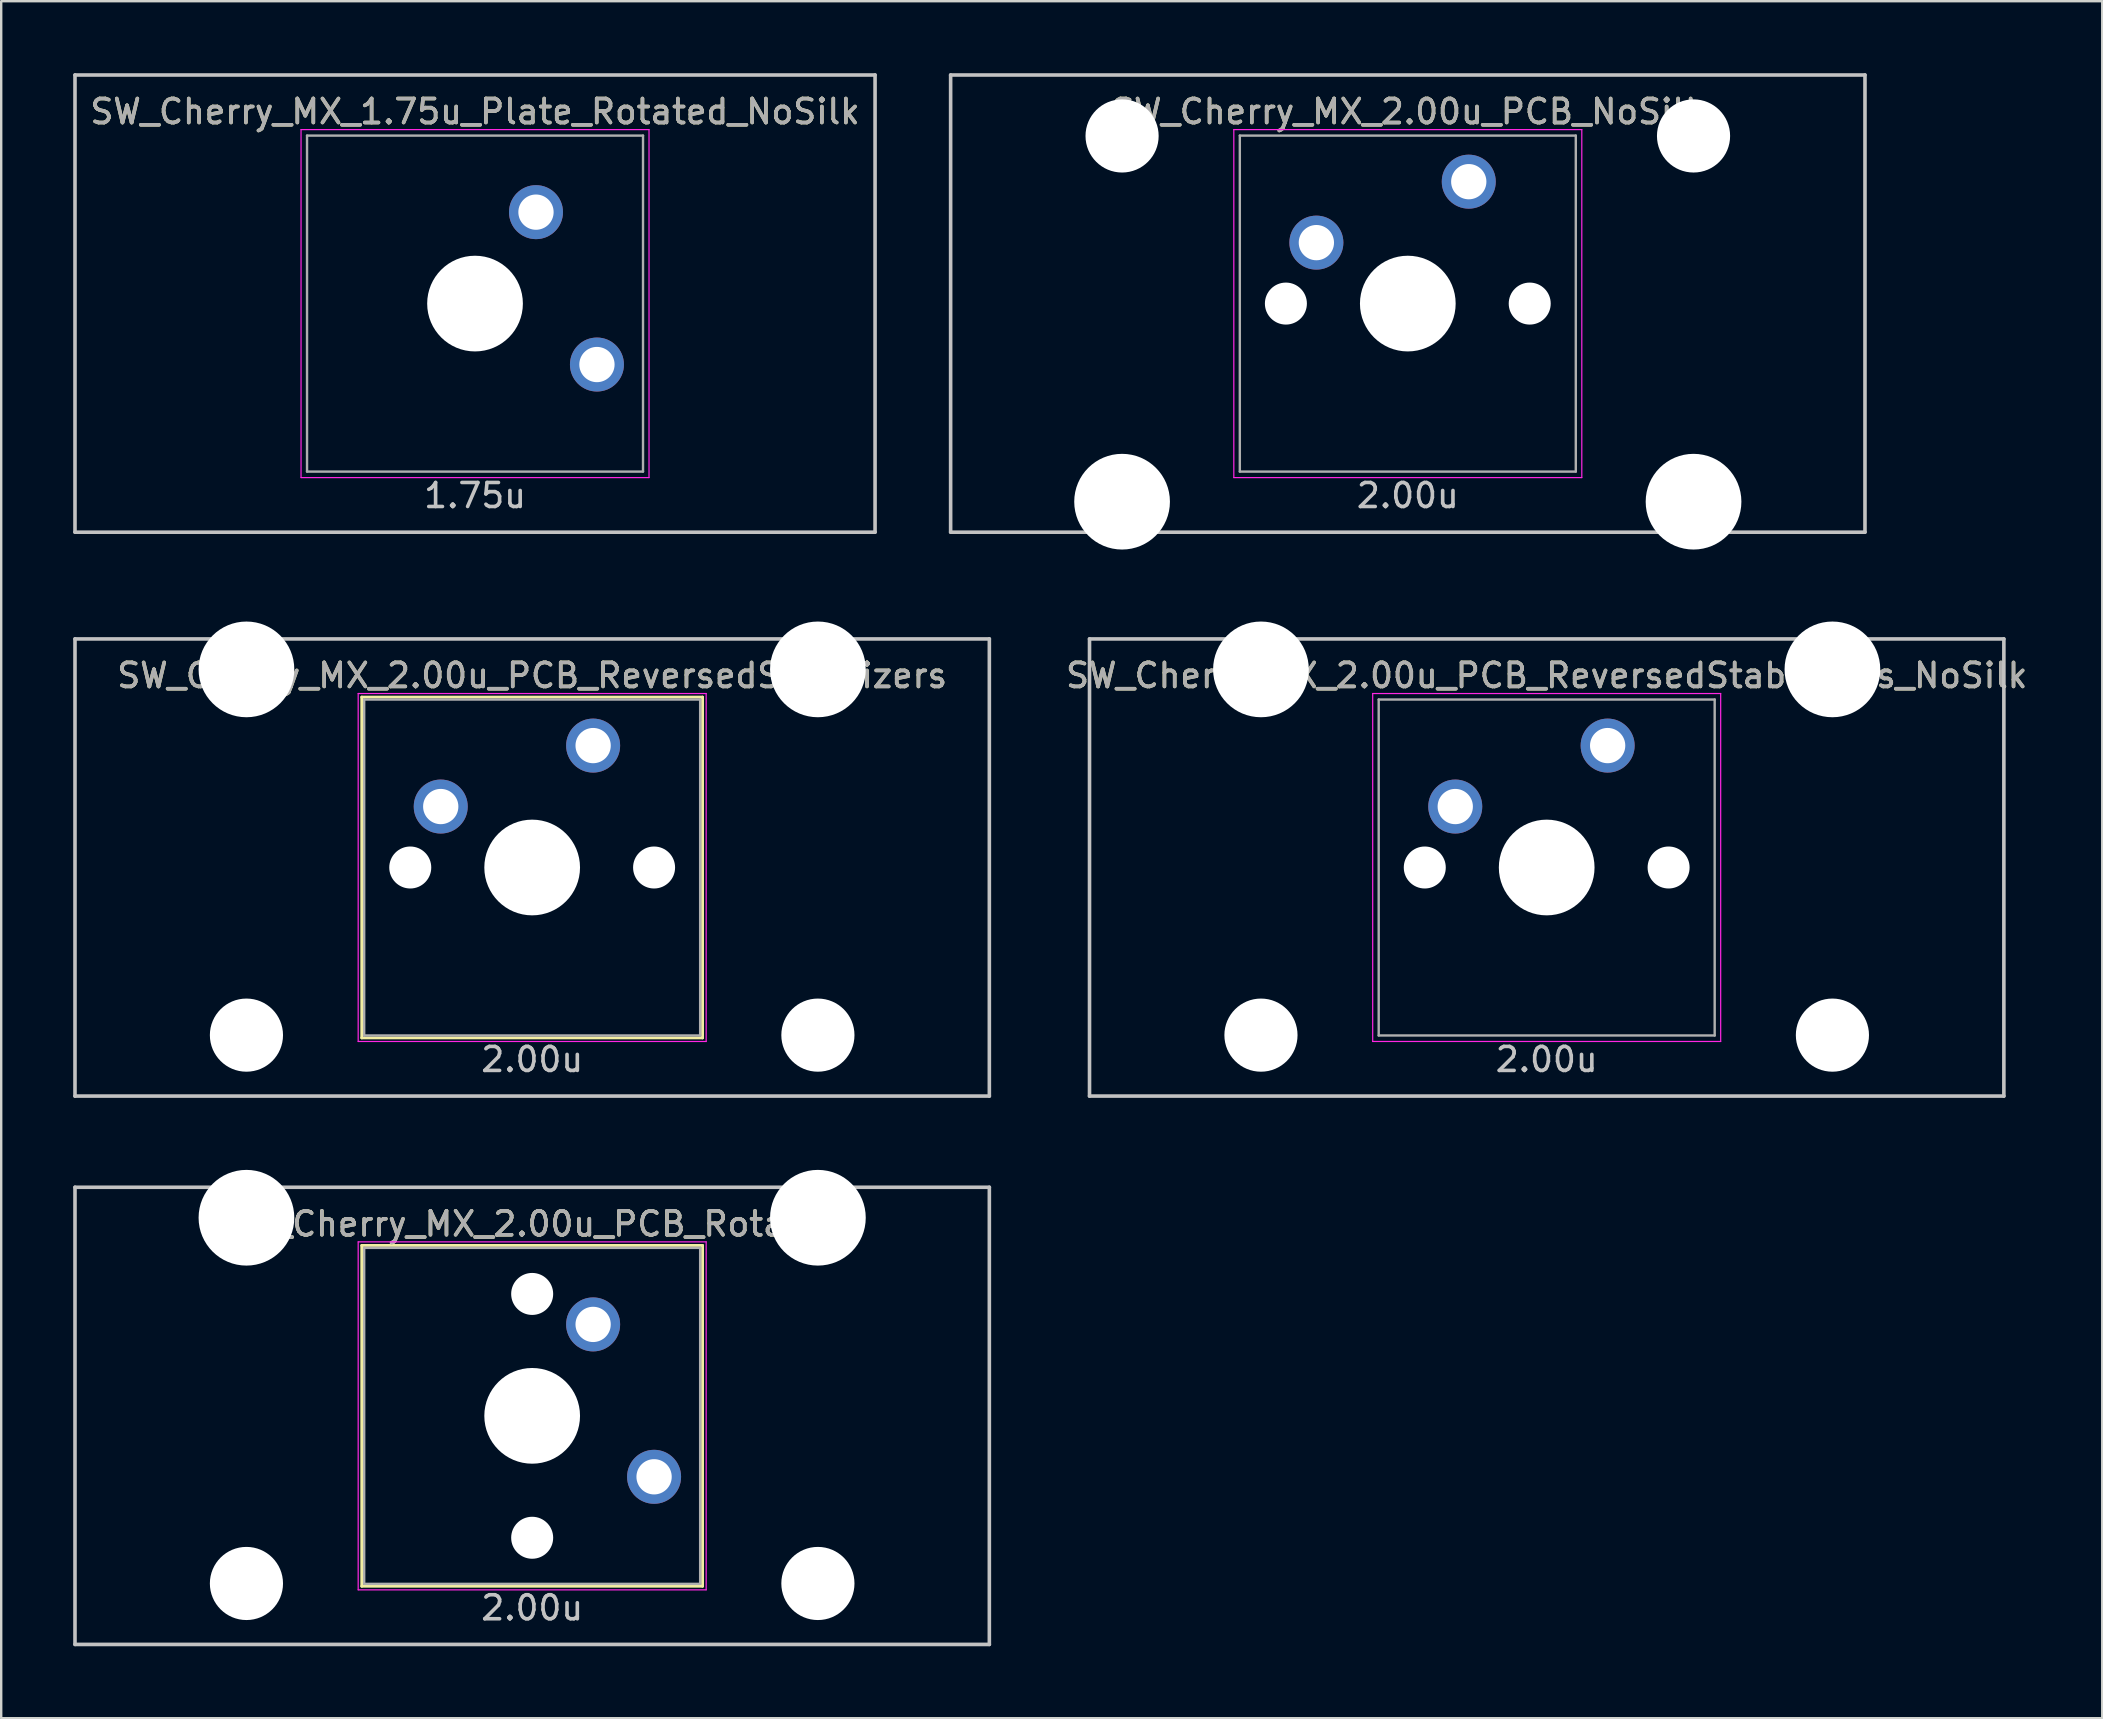
<source format=kicad_pcb>
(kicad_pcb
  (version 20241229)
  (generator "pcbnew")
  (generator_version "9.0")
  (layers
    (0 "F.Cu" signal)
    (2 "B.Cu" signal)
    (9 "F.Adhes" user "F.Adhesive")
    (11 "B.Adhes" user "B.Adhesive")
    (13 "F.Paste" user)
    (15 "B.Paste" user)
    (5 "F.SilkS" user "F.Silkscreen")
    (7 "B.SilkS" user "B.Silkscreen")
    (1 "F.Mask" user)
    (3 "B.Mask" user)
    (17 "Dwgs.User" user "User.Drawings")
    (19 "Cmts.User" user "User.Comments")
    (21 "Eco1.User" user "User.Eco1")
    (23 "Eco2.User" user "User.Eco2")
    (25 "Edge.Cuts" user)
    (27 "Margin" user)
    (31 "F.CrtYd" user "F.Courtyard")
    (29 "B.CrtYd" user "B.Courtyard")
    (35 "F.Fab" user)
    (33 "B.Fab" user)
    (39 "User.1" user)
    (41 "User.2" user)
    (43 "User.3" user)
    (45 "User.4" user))
  (footprint "SW_Cherry_MX_2.00u_PCB_NoSilk"
    (layer "F.Cu")
    (at 55.612 9.6)
    (property "Reference" "SW_Cherry_MX_2.00u_PCB_NoSilk" (at 0 -8 0) (layer "F.SilkS") (effects (font (size 1 1) (thickness 0.15))))
    (attr through_hole)
    (fp_line (start -19.05 -9.525) (end 19.05 -9.525) (stroke (width 0.15) (type solid)) (layer "Dwgs.User"))
    (fp_line (start -19.05 9.525) (end -19.05 -9.525) (stroke (width 0.15) (type solid)) (layer "Dwgs.User"))
    (fp_line (start -19.05 9.525) (end 19.05 9.525) (stroke (width 0.15) (type solid)) (layer "Dwgs.User"))
    (fp_line (start 19.05 -9.525) (end 19.05 9.525) (stroke (width 0.15) (type solid)) (layer "Dwgs.User"))
    (fp_line (start -7.25 -7.25) (end 7.25 -7.25) (stroke (width 0.05) (type solid)) (layer "F.CrtYd"))
    (fp_line (start -7.25 7.25) (end -7.25 -7.25) (stroke (width 0.05) (type solid)) (layer "F.CrtYd"))
    (fp_line (start 7.25 -7.25) (end 7.25 7.25) (stroke (width 0.05) (type solid)) (layer "F.CrtYd"))
    (fp_line (start 7.25 7.25) (end -7.25 7.25) (stroke (width 0.05) (type solid)) (layer "F.CrtYd"))
    (fp_line (start -7 -7) (end 7 -7) (stroke (width 0.1) (type solid)) (layer "F.Fab"))
    (fp_line (start -7 7) (end -7 -7) (stroke (width 0.1) (type solid)) (layer "F.Fab"))
    (fp_line (start 7 -7) (end 7 7) (stroke (width 0.1) (type solid)) (layer "F.Fab"))
    (fp_line (start 7 7) (end -7 7) (stroke (width 0.1) (type solid)) (layer "F.Fab"))
    (fp_text user "2.00u" (at 0 8 0) (layer "Dwgs.User") (effects (font (size 1 1) (thickness 0.15))))
    (fp_text user "${REFERENCE}" (at 0 -8 0) (layer "F.Fab") (effects (font (size 1 1) (thickness 0.15))))
    (pad "" np_thru_hole circle (at -11.906 -6.985) (size 3.048 3.048) (drill 3.048) (layers "*.Cu" "*.Mask"))
    (pad "" np_thru_hole circle (at -11.906 8.255) (size 3.988 3.988) (drill 3.988) (layers "*.Cu" "*.Mask"))
    (pad "" np_thru_hole circle (at -5.08 0 48.1) (size 1.75 1.75) (drill 1.75) (layers "*.Cu" "*.Mask"))
    (pad "" np_thru_hole circle (at 0 0) (size 3.988 3.988) (drill 3.988) (layers "*.Cu" "*.Mask"))
    (pad "" np_thru_hole circle (at 5.08 0 48.1) (size 1.75 1.75) (drill 1.75) (layers "*.Cu" "*.Mask"))
    (pad "" np_thru_hole circle (at 11.906 -6.985) (size 3.048 3.048) (drill 3.048) (layers "*.Cu" "*.Mask"))
    (pad "" np_thru_hole circle (at 11.906 8.255) (size 3.988 3.988) (drill 3.988) (layers "*.Cu" "*.Mask"))
    (pad "1" thru_hole circle (at -3.81 -2.54) (size 2.25 2.25) (drill 1.47) (layers "*.Cu" "B.Mask"))
    (pad "2" thru_hole circle (at 2.54 -5.08) (size 2.25 2.25) (drill 1.47) (layers "*.Cu" "B.Mask")))
  (footprint "SW_Cherry_MX_2.00u_PCB_ReversedStabilizers_NoSilk"
    (layer "F.Cu")
    (at 61.399 33.098)
    (property "Reference" "SW_Cherry_MX_2.00u_PCB_ReversedStabilizers_NoSilk" (at 0 -8 0) (layer "F.SilkS") (effects (font (size 1 1) (thickness 0.15))))
    (attr through_hole)
    (fp_line (start -19.05 -9.525) (end 19.05 -9.525) (stroke (width 0.15) (type solid)) (layer "Dwgs.User"))
    (fp_line (start -19.05 9.525) (end -19.05 -9.525) (stroke (width 0.15) (type solid)) (layer "Dwgs.User"))
    (fp_line (start -19.05 9.525) (end 19.05 9.525) (stroke (width 0.15) (type solid)) (layer "Dwgs.User"))
    (fp_line (start 19.05 -9.525) (end 19.05 9.525) (stroke (width 0.15) (type solid)) (layer "Dwgs.User"))
    (fp_line (start -7.25 -7.25) (end 7.25 -7.25) (stroke (width 0.05) (type solid)) (layer "F.CrtYd"))
    (fp_line (start -7.25 7.25) (end -7.25 -7.25) (stroke (width 0.05) (type solid)) (layer "F.CrtYd"))
    (fp_line (start 7.25 -7.25) (end 7.25 7.25) (stroke (width 0.05) (type solid)) (layer "F.CrtYd"))
    (fp_line (start 7.25 7.25) (end -7.25 7.25) (stroke (width 0.05) (type solid)) (layer "F.CrtYd"))
    (fp_line (start -7 -7) (end 7 -7) (stroke (width 0.1) (type solid)) (layer "F.Fab"))
    (fp_line (start -7 7) (end -7 -7) (stroke (width 0.1) (type solid)) (layer "F.Fab"))
    (fp_line (start 7 -7) (end 7 7) (stroke (width 0.1) (type solid)) (layer "F.Fab"))
    (fp_line (start 7 7) (end -7 7) (stroke (width 0.1) (type solid)) (layer "F.Fab"))
    (fp_text user "2.00u" (at 0 8 0) (layer "Dwgs.User") (effects (font (size 1 1) (thickness 0.15))))
    (fp_text user "${REFERENCE}" (at 0 -8 0) (layer "F.Fab") (effects (font (size 1 1) (thickness 0.15))))
    (pad "" np_thru_hole circle (at -11.906 -8.255) (size 3.988 3.988) (drill 3.988) (layers "*.Cu" "*.Mask"))
    (pad "" np_thru_hole circle (at -11.906 6.985) (size 3.048 3.048) (drill 3.048) (layers "*.Cu" "*.Mask"))
    (pad "" np_thru_hole circle (at -5.08 0 48.1) (size 1.75 1.75) (drill 1.75) (layers "*.Cu" "*.Mask"))
    (pad "" np_thru_hole circle (at 0 0) (size 3.988 3.988) (drill 3.988) (layers "*.Cu" "*.Mask"))
    (pad "" np_thru_hole circle (at 5.08 0 48.1) (size 1.75 1.75) (drill 1.75) (layers "*.Cu" "*.Mask"))
    (pad "" np_thru_hole circle (at 11.906 -8.255) (size 3.988 3.988) (drill 3.988) (layers "*.Cu" "*.Mask"))
    (pad "" np_thru_hole circle (at 11.906 6.985) (size 3.048 3.048) (drill 3.048) (layers "*.Cu" "*.Mask"))
    (pad "1" thru_hole circle (at -3.81 -2.54) (size 2.25 2.25) (drill 1.47) (layers "*.Cu" "B.Mask"))
    (pad "2" thru_hole circle (at 2.54 -5.08) (size 2.25 2.25) (drill 1.47) (layers "*.Cu" "B.Mask")))
  (footprint "SW_Cherry_MX_1.75u_Plate_Rotated_NoSilk"
    (layer "F.Cu")
    (at 16.744 9.6)
    (property "Reference" "SW_Cherry_MX_1.75u_Plate_Rotated_NoSilk" (at 0 -8 0) (layer "F.SilkS") (effects (font (size 1 1) (thickness 0.15))))
    (attr through_hole)
    (fp_line (start -16.669 9.525) (end -16.669 -9.525) (stroke (width 0.15) (type solid)) (layer "Dwgs.User"))
    (fp_line (start 16.669 -9.525) (end -16.669 -9.525) (stroke (width 0.15) (type solid)) (layer "Dwgs.User"))
    (fp_line (start 16.669 -9.525) (end 16.669 9.525) (stroke (width 0.15) (type solid)) (layer "Dwgs.User"))
    (fp_line (start 16.669 9.525) (end -16.669 9.525) (stroke (width 0.15) (type solid)) (layer "Dwgs.User"))
    (fp_line (start -7.25 -7.25) (end 7.25 -7.25) (stroke (width 0.05) (type solid)) (layer "F.CrtYd"))
    (fp_line (start -7.25 7.25) (end -7.25 -7.25) (stroke (width 0.05) (type solid)) (layer "F.CrtYd"))
    (fp_line (start 7.25 -7.25) (end 7.25 7.25) (stroke (width 0.05) (type solid)) (layer "F.CrtYd"))
    (fp_line (start 7.25 7.25) (end -7.25 7.25) (stroke (width 0.05) (type solid)) (layer "F.CrtYd"))
    (fp_line (start -7 -7) (end 7 -7) (stroke (width 0.1) (type solid)) (layer "F.Fab"))
    (fp_line (start -7 7) (end -7 -7) (stroke (width 0.1) (type solid)) (layer "F.Fab"))
    (fp_line (start 7 -7) (end 7 7) (stroke (width 0.1) (type solid)) (layer "F.Fab"))
    (fp_line (start 7 7) (end -7 7) (stroke (width 0.1) (type solid)) (layer "F.Fab"))
    (fp_text user "1.75u" (at 0 8 0) (layer "Dwgs.User") (effects (font (size 1 1) (thickness 0.15))))
    (fp_text user "${REFERENCE}" (at 0 -8 0) (layer "F.Fab") (effects (font (size 1 1) (thickness 0.15))))
    (pad "" np_thru_hole circle (at 0 0 270) (size 3.988 3.988) (drill 3.988) (layers "*.Cu" "*.Mask"))
    (pad "1" thru_hole circle (at 2.54 -3.81 270) (size 2.25 2.25) (drill 1.47) (layers "*.Cu" "B.Mask"))
    (pad "2" thru_hole circle (at 5.08 2.54 270) (size 2.25 2.25) (drill 1.47) (layers "*.Cu" "B.Mask")))
  (footprint "SW_Cherry_MX_2.00u_PCB_Rotated"
    (layer "F.Cu")
    (at 19.125 55.947)
    (property "Reference" "SW_Cherry_MX_2.00u_PCB_Rotated" (at 0 -8 0) (layer "F.SilkS") (effects (font (size 1 1) (thickness 0.15))))
    (attr through_hole)
    (fp_line (start -7.1 -7.1) (end 7.1 -7.1) (stroke (width 0.12) (type solid)) (layer "F.SilkS"))
    (fp_line (start -7.1 7.1) (end -7.1 -7.1) (stroke (width 0.12) (type solid)) (layer "F.SilkS"))
    (fp_line (start 7.1 -7.1) (end 7.1 7.1) (stroke (width 0.12) (type solid)) (layer "F.SilkS"))
    (fp_line (start 7.1 7.1) (end -7.1 7.1) (stroke (width 0.12) (type solid)) (layer "F.SilkS"))
    (fp_line (start -19.05 9.525) (end -19.05 -9.525) (stroke (width 0.15) (type solid)) (layer "Dwgs.User"))
    (fp_line (start 19.05 -9.525) (end -19.05 -9.525) (stroke (width 0.15) (type solid)) (layer "Dwgs.User"))
    (fp_line (start 19.05 -9.525) (end 19.05 9.525) (stroke (width 0.15) (type solid)) (layer "Dwgs.User"))
    (fp_line (start 19.05 9.525) (end -19.05 9.525) (stroke (width 0.15) (type solid)) (layer "Dwgs.User"))
    (fp_line (start -7.25 -7.25) (end 7.25 -7.25) (stroke (width 0.05) (type solid)) (layer "F.CrtYd"))
    (fp_line (start -7.25 7.25) (end -7.25 -7.25) (stroke (width 0.05) (type solid)) (layer "F.CrtYd"))
    (fp_line (start 7.25 -7.25) (end 7.25 7.25) (stroke (width 0.05) (type solid)) (layer "F.CrtYd"))
    (fp_line (start 7.25 7.25) (end -7.25 7.25) (stroke (width 0.05) (type solid)) (layer "F.CrtYd"))
    (fp_line (start -7 -7) (end 7 -7) (stroke (width 0.1) (type solid)) (layer "F.Fab"))
    (fp_line (start -7 7) (end -7 -7) (stroke (width 0.1) (type solid)) (layer "F.Fab"))
    (fp_line (start 7 -7) (end 7 7) (stroke (width 0.1) (type solid)) (layer "F.Fab"))
    (fp_line (start 7 7) (end -7 7) (stroke (width 0.1) (type solid)) (layer "F.Fab"))
    (fp_text user "2.00u" (at 0 8 0) (layer "Dwgs.User") (effects (font (size 1 1) (thickness 0.15))))
    (fp_text user "${REFERENCE}" (at 0 -8 0) (layer "F.Fab") (effects (font (size 1 1) (thickness 0.15))))
    (pad "" np_thru_hole circle (at -11.906 -8.255 180) (size 3.988 3.988) (drill 3.988) (layers "*.Cu" "*.Mask"))
    (pad "" np_thru_hole circle (at -11.906 6.985 180) (size 3.048 3.048) (drill 3.048) (layers "*.Cu" "*.Mask"))
    (pad "" np_thru_hole circle (at 0 -5.08 318.1) (size 1.75 1.75) (drill 1.75) (layers "*.Cu" "*.Mask"))
    (pad "" np_thru_hole circle (at 0 0 270) (size 3.988 3.988) (drill 3.988) (layers "*.Cu" "*.Mask"))
    (pad "" np_thru_hole circle (at 0 5.08 318.1) (size 1.75 1.75) (drill 1.75) (layers "*.Cu" "*.Mask"))
    (pad "" np_thru_hole circle (at 11.906 -8.255 180) (size 3.988 3.988) (drill 3.988) (layers "*.Cu" "*.Mask"))
    (pad "" np_thru_hole circle (at 11.906 6.985 180) (size 3.048 3.048) (drill 3.048) (layers "*.Cu" "*.Mask"))
    (pad "1" thru_hole circle (at 2.54 -3.81 270) (size 2.25 2.25) (drill 1.47) (layers "*.Cu" "B.Mask"))
    (pad "2" thru_hole circle (at 5.08 2.54 270) (size 2.25 2.25) (drill 1.47) (layers "*.Cu" "B.Mask")))
  (footprint "SW_Cherry_MX_2.00u_PCB_ReversedStabilizers"
    (layer "F.Cu")
    (at 19.125 33.098)
    (property "Reference" "SW_Cherry_MX_2.00u_PCB_ReversedStabilizers" (at 0 -8 0) (layer "F.SilkS") (effects (font (size 1 1) (thickness 0.15))))
    (attr through_hole)
    (fp_line (start -7.1 -7.1) (end 7.1 -7.1) (stroke (width 0.12) (type solid)) (layer "F.SilkS"))
    (fp_line (start -7.1 7.1) (end -7.1 -7.1) (stroke (width 0.12) (type solid)) (layer "F.SilkS"))
    (fp_line (start 7.1 -7.1) (end 7.1 7.1) (stroke (width 0.12) (type solid)) (layer "F.SilkS"))
    (fp_line (start 7.1 7.1) (end -7.1 7.1) (stroke (width 0.12) (type solid)) (layer "F.SilkS"))
    (fp_line (start -19.05 -9.525) (end 19.05 -9.525) (stroke (width 0.15) (type solid)) (layer "Dwgs.User"))
    (fp_line (start -19.05 9.525) (end -19.05 -9.525) (stroke (width 0.15) (type solid)) (layer "Dwgs.User"))
    (fp_line (start -19.05 9.525) (end 19.05 9.525) (stroke (width 0.15) (type solid)) (layer "Dwgs.User"))
    (fp_line (start 19.05 -9.525) (end 19.05 9.525) (stroke (width 0.15) (type solid)) (layer "Dwgs.User"))
    (fp_line (start -7.25 -7.25) (end 7.25 -7.25) (stroke (width 0.05) (type solid)) (layer "F.CrtYd"))
    (fp_line (start -7.25 7.25) (end -7.25 -7.25) (stroke (width 0.05) (type solid)) (layer "F.CrtYd"))
    (fp_line (start 7.25 -7.25) (end 7.25 7.25) (stroke (width 0.05) (type solid)) (layer "F.CrtYd"))
    (fp_line (start 7.25 7.25) (end -7.25 7.25) (stroke (width 0.05) (type solid)) (layer "F.CrtYd"))
    (fp_line (start -7 -7) (end 7 -7) (stroke (width 0.1) (type solid)) (layer "F.Fab"))
    (fp_line (start -7 7) (end -7 -7) (stroke (width 0.1) (type solid)) (layer "F.Fab"))
    (fp_line (start 7 -7) (end 7 7) (stroke (width 0.1) (type solid)) (layer "F.Fab"))
    (fp_line (start 7 7) (end -7 7) (stroke (width 0.1) (type solid)) (layer "F.Fab"))
    (fp_text user "2.00u" (at 0 8 0) (layer "Dwgs.User") (effects (font (size 1 1) (thickness 0.15))))
    (fp_text user "${REFERENCE}" (at 0 -8 0) (layer "F.Fab") (effects (font (size 1 1) (thickness 0.15))))
    (pad "" np_thru_hole circle (at -11.906 -8.255) (size 3.988 3.988) (drill 3.988) (layers "*.Cu" "*.Mask"))
    (pad "" np_thru_hole circle (at -11.906 6.985) (size 3.048 3.048) (drill 3.048) (layers "*.Cu" "*.Mask"))
    (pad "" np_thru_hole circle (at -5.08 0 48.1) (size 1.75 1.75) (drill 1.75) (layers "*.Cu" "*.Mask"))
    (pad "" np_thru_hole circle (at 0 0) (size 3.988 3.988) (drill 3.988) (layers "*.Cu" "*.Mask"))
    (pad "" np_thru_hole circle (at 5.08 0 48.1) (size 1.75 1.75) (drill 1.75) (layers "*.Cu" "*.Mask"))
    (pad "" np_thru_hole circle (at 11.906 -8.255) (size 3.988 3.988) (drill 3.988) (layers "*.Cu" "*.Mask"))
    (pad "" np_thru_hole circle (at 11.906 6.985) (size 3.048 3.048) (drill 3.048) (layers "*.Cu" "*.Mask"))
    (pad "1" thru_hole circle (at -3.81 -2.54) (size 2.25 2.25) (drill 1.47) (layers "*.Cu" "B.Mask"))
    (pad "2" thru_hole circle (at 2.54 -5.08) (size 2.25 2.25) (drill 1.47) (layers "*.Cu" "B.Mask")))
  (gr_rect
    (start -3 -3)
    (end 84.548 68.547)
    (stroke (width 0.1) (type default))
    (fill no)
    (layer "Edge.Cuts")))
</source>
